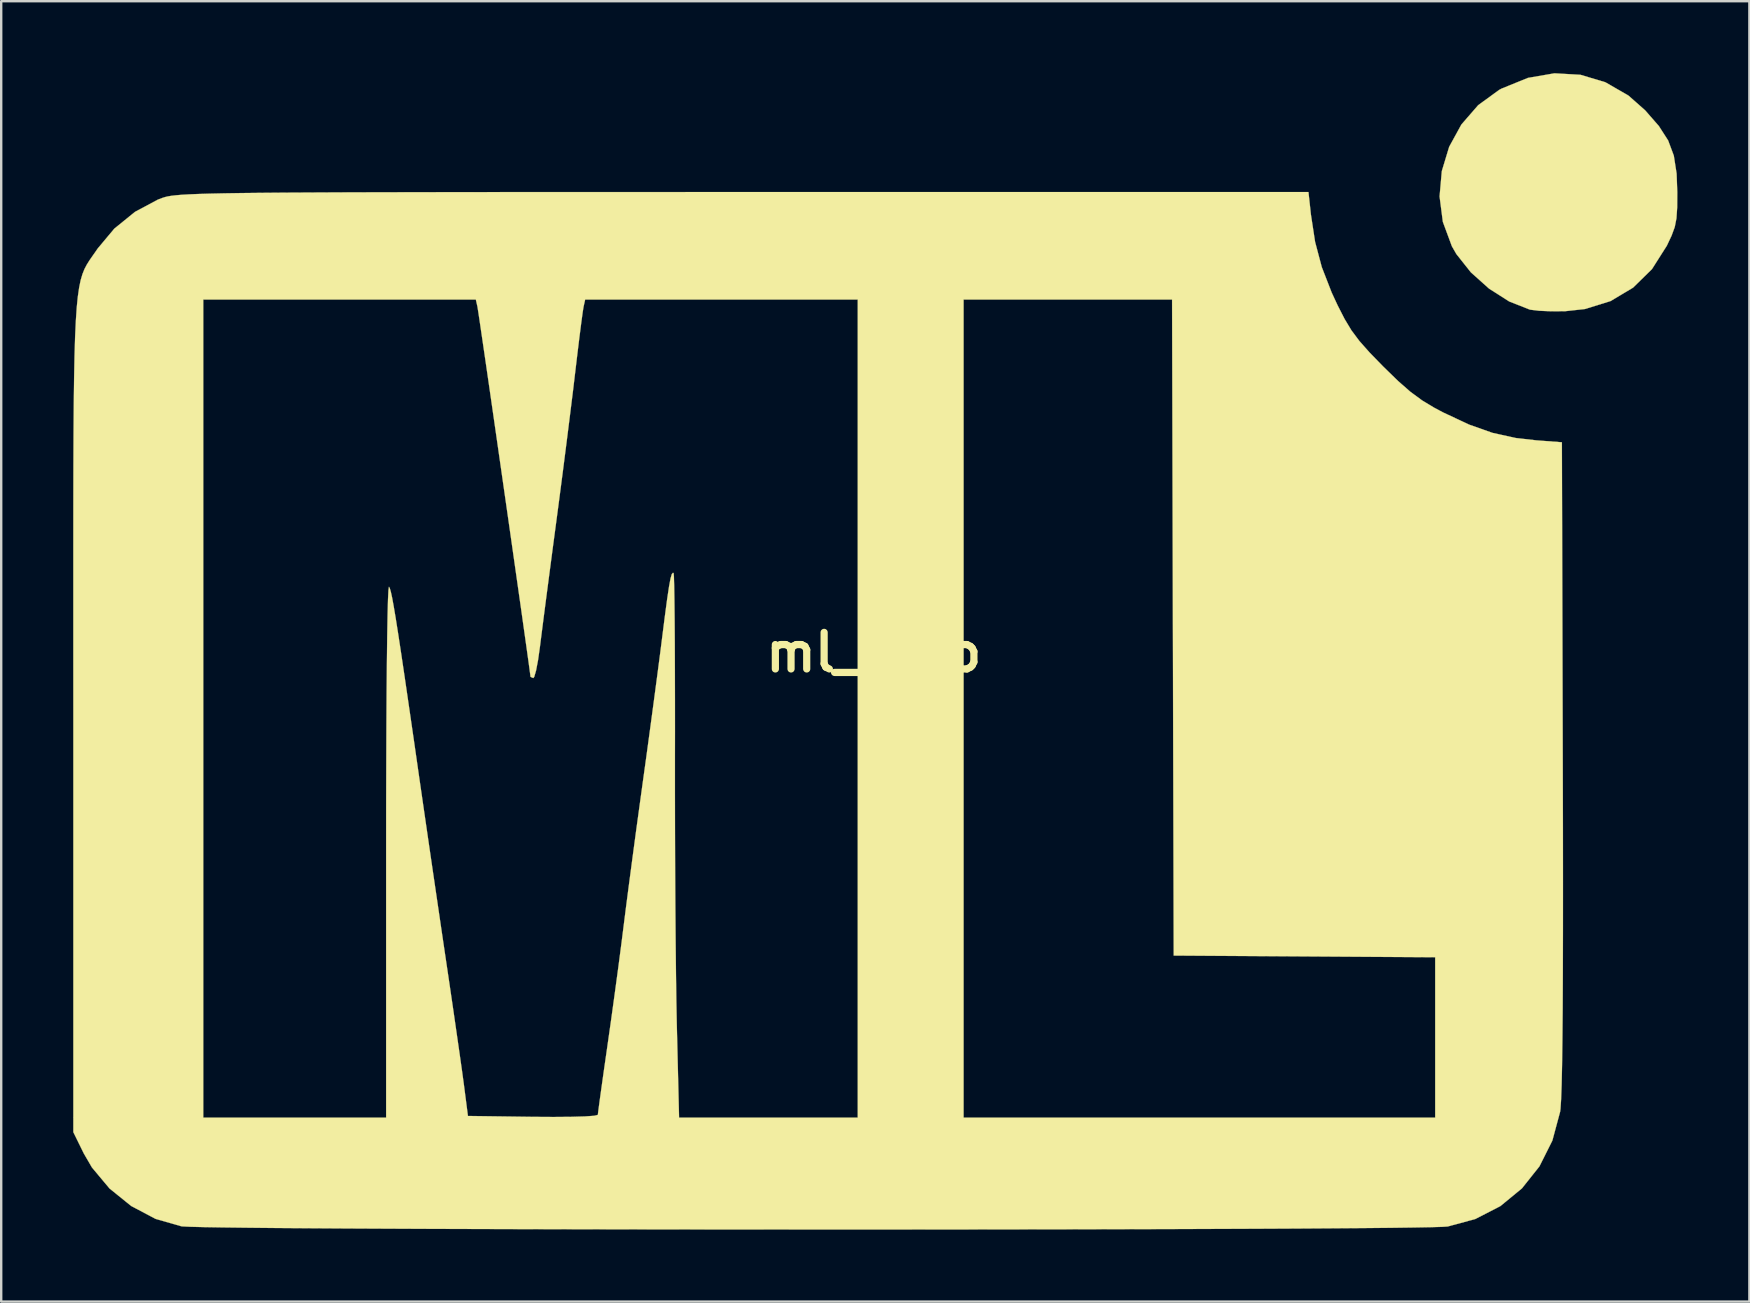
<source format=kicad_pcb>
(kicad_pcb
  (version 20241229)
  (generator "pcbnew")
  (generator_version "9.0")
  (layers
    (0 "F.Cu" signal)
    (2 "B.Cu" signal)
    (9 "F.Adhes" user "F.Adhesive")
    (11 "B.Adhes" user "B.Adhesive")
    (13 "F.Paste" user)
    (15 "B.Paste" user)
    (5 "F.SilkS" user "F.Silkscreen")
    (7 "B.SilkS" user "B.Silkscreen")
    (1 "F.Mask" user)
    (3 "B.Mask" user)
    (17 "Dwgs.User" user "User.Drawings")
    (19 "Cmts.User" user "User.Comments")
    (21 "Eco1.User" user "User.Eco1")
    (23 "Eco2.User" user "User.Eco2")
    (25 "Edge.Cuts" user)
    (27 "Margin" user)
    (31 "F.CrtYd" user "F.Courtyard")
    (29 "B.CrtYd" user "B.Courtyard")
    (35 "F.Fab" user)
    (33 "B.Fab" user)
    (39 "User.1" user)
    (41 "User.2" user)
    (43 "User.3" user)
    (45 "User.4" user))
  (footprint "ml_logo"
    (layer "F.Cu")
    (at 33.36 24.136)
    (property "Reference" "ml_logo" (at 0 0 0) (layer "F.SilkS") (effects (font (size 1.524 1.524) (thickness 0.3))))
    (attr through_hole)
    (fp_poly (pts (xy 29.45 -24.069) (xy 30.487 -23.758) (xy 31.449 -23.203) (xy 32.144 -22.589) (xy 32.715 -21.935) (xy 33.103 -21.332) (xy 33.339 -20.699) (xy 33.455 -19.954) (xy 33.483 -19.181) (xy 33.479 -18.545) (xy 33.449 -18.09) (xy 33.378 -17.727) (xy 33.247 -17.37) (xy 33.049 -16.949) (xy 32.429 -15.973) (xy 31.641 -15.2) (xy 30.703 -14.64) (xy 29.636 -14.309) (xy 28.809 -14.218) (xy 28.241 -14.214) (xy 27.727 -14.236) (xy 27.365 -14.28) (xy 27.33 -14.288) (xy 26.48 -14.623) (xy 25.639 -15.159) (xy 24.881 -15.838) (xy 24.277 -16.6) (xy 24.091 -16.924) (xy 23.714 -17.942) (xy 23.578 -18.999) (xy 23.671 -20.056) (xy 23.978 -21.07) (xy 24.488 -21.999) (xy 25.186 -22.803) (xy 26.06 -23.439) (xy 26.159 -23.493) (xy 27.259 -23.94) (xy 28.365 -24.131) (xy 29.45 -24.069)) (stroke (width 0.01) (type solid)) (fill yes) (layer "F.SilkS"))
    (fp_poly (pts (xy 18.216 -18.248) (xy 18.391 -17.104) (xy 18.669 -16.056) (xy 19.084 -14.989) (xy 19.331 -14.458) (xy 19.622 -13.89) (xy 19.905 -13.42) (xy 20.233 -12.981) (xy 20.656 -12.502) (xy 21.228 -11.914) (xy 21.232 -11.91) (xy 21.848 -11.31) (xy 22.363 -10.859) (xy 22.845 -10.504) (xy 23.366 -10.19) (xy 23.729 -9.998) (xy 24.805 -9.494) (xy 25.78 -9.149) (xy 26.747 -8.935) (xy 27.606 -8.837) (xy 28.675 -8.756) (xy 28.712 4.746) (xy 28.718 7.279) (xy 28.72 9.551) (xy 28.719 11.567) (xy 28.715 13.334) (xy 28.708 14.856) (xy 28.696 16.141) (xy 28.682 17.193) (xy 28.664 18.019) (xy 28.642 18.624) (xy 28.617 19.015) (xy 28.602 19.137) (xy 28.278 20.342) (xy 27.74 21.416) (xy 27.01 22.334) (xy 26.111 23.073) (xy 25.065 23.612) (xy 23.918 23.922) (xy 23.691 23.937) (xy 23.212 23.951) (xy 22.499 23.964) (xy 21.566 23.977) (xy 20.43 23.988) (xy 19.107 23.998) (xy 17.613 24.008) (xy 15.963 24.016) (xy 14.175 24.023) (xy 12.264 24.03) (xy 10.245 24.035) (xy 8.136 24.04) (xy 5.952 24.043) (xy 3.709 24.046) (xy 1.422 24.048) (xy -0.891 24.048) (xy -3.214 24.048) (xy -5.533 24.047) (xy -7.831 24.045) (xy -10.091 24.042) (xy -12.298 24.038) (xy -14.436 24.033) (xy -16.488 24.027) (xy -18.44 24.021) (xy -20.274 24.013) (xy -21.974 24.005) (xy -23.526 23.995) (xy -24.911 23.985) (xy -26.116 23.973) (xy -27.123 23.961) (xy -27.916 23.948) (xy -28.48 23.934) (xy -28.799 23.919) (xy -28.851 23.914) (xy -29.929 23.605) (xy -30.944 23.068) (xy -31.844 22.341) (xy -32.578 21.464) (xy -32.917 20.881) (xy -33.354 19.991) (xy -33.354 2.743) (xy -33.355 0.185) (xy -33.355 -2.121) (xy -33.355 -4.187) (xy -33.354 -6.029) (xy -33.351 -7.66) (xy -33.345 -9.095) (xy -33.336 -10.347) (xy -33.322 -11.432) (xy -33.304 -12.362) (xy -33.28 -13.153) (xy -33.249 -13.819) (xy -33.212 -14.373) (xy -33.179 -14.705) (xy -27.94 -14.705) (xy -27.94 19.384) (xy -20.32 19.384) (xy -20.32 8.262) (xy -20.319 6.38) (xy -20.314 4.633) (xy -20.308 3.036) (xy -20.299 1.603) (xy -20.287 0.349) (xy -20.274 -0.712) (xy -20.259 -1.565) (xy -20.242 -2.196) (xy -20.223 -2.591) (xy -20.203 -2.734) (xy -20.2 -2.734) (xy -20.165 -2.667) (xy -20.123 -2.521) (xy -20.07 -2.278) (xy -20.004 -1.918) (xy -19.921 -1.424) (xy -19.819 -0.777) (xy -19.694 0.043) (xy -19.544 1.052) (xy -19.366 2.271) (xy -19.156 3.717) (xy -18.913 5.41) (xy -18.912 5.414) (xy -18.764 6.437) (xy -18.588 7.648) (xy -18.395 8.972) (xy -18.195 10.332) (xy -18.001 11.652) (xy -17.846 12.7) (xy -17.685 13.786) (xy -17.529 14.85) (xy -17.385 15.847) (xy -17.258 16.729) (xy -17.156 17.451) (xy -17.086 17.965) (xy -17.075 18.047) (xy -16.911 19.317) (xy -14.204 19.354) (xy -13.345 19.359) (xy -12.61 19.353) (xy -12.034 19.336) (xy -11.652 19.309) (xy -11.498 19.273) (xy -11.497 19.269) (xy -11.478 19.106) (xy -11.427 18.72) (xy -11.348 18.15) (xy -11.248 17.438) (xy -11.131 16.625) (xy -11.093 16.359) (xy -10.947 15.333) (xy -10.793 14.217) (xy -10.642 13.103) (xy -10.509 12.084) (xy -10.418 11.363) (xy -10.323 10.61) (xy -10.199 9.657) (xy -10.055 8.571) (xy -9.9 7.415) (xy -9.741 6.257) (xy -9.625 5.414) (xy -9.47 4.297) (xy -9.312 3.133) (xy -9.158 1.988) (xy -9.017 0.928) (xy -8.898 0.017) (xy -8.828 -0.535) (xy -8.706 -1.499) (xy -8.609 -2.226) (xy -8.531 -2.744) (xy -8.469 -3.08) (xy -8.416 -3.262) (xy -8.368 -3.318) (xy -8.34 -3.305) (xy -8.328 -3.162) (xy -8.317 -2.776) (xy -8.307 -2.171) (xy -8.298 -1.371) (xy -8.291 -0.401) (xy -8.287 0.717) (xy -8.284 1.957) (xy -8.283 3.296) (xy -8.285 4.297) (xy -8.285 5.844) (xy -8.282 7.432) (xy -8.277 9.018) (xy -8.268 10.561) (xy -8.256 12.016) (xy -8.242 13.342) (xy -8.227 14.495) (xy -8.209 15.433) (xy -8.205 15.608) (xy -8.113 19.384) (xy -0.668 19.384) (xy -0.668 -14.705) (xy 3.743 -14.705) (xy 3.743 19.384) (xy 23.395 19.384) (xy 23.395 12.703) (xy 17.947 12.668) (xy 12.499 12.633) (xy 12.465 -1.036) (xy 12.431 -14.705) (xy 3.743 -14.705) (xy -0.668 -14.705) (xy -12.026 -14.705) (xy -12.093 -14.404) (xy -12.129 -14.178) (xy -12.189 -13.735) (xy -12.267 -13.124) (xy -12.356 -12.395) (xy -12.439 -11.697) (xy -12.534 -10.896) (xy -12.658 -9.895) (xy -12.8 -8.763) (xy -12.953 -7.565) (xy -13.109 -6.367) (xy -13.235 -5.414) (xy -13.377 -4.348) (xy -13.515 -3.298) (xy -13.644 -2.315) (xy -13.757 -1.446) (xy -13.847 -0.741) (xy -13.909 -0.25) (xy -13.911 -0.234) (xy -13.989 0.318) (xy -14.072 0.755) (xy -14.148 1.018) (xy -14.187 1.069) (xy -14.303 1.019) (xy -14.304 1.011) (xy -14.323 0.859) (xy -14.375 0.471) (xy -14.458 -0.124) (xy -14.567 -0.898) (xy -14.697 -1.821) (xy -14.846 -2.865) (xy -15.008 -4.001) (xy -15.179 -5.201) (xy -15.356 -6.436) (xy -15.534 -7.677) (xy -15.709 -8.895) (xy -15.877 -10.061) (xy -16.034 -11.148) (xy -16.176 -12.126) (xy -16.299 -12.966) (xy -16.398 -13.64) (xy -16.469 -14.118) (xy -16.509 -14.373) (xy -16.514 -14.404) (xy -16.582 -14.705) (xy -27.94 -14.705) (xy -33.179 -14.705) (xy -33.166 -14.83) (xy -33.112 -15.204) (xy -33.049 -15.51) (xy -32.975 -15.761) (xy -32.891 -15.972) (xy -32.795 -16.156) (xy -32.687 -16.329) (xy -32.566 -16.504) (xy -32.432 -16.695) (xy -32.341 -16.828) (xy -31.647 -17.658) (xy -30.784 -18.358) (xy -29.833 -18.867) (xy -29.632 -18.943) (xy -29.536 -18.973) (xy -29.42 -19.001) (xy -29.273 -19.026) (xy -29.082 -19.048) (xy -28.836 -19.069) (xy -28.523 -19.087) (xy -28.13 -19.103) (xy -27.646 -19.117) (xy -27.058 -19.13) (xy -26.356 -19.141) (xy -25.526 -19.15) (xy -24.557 -19.158) (xy -23.437 -19.164) (xy -22.154 -19.17) (xy -20.696 -19.174) (xy -19.052 -19.177) (xy -17.208 -19.18) (xy -15.154 -19.182) (xy -12.876 -19.183) (xy -10.365 -19.183) (xy -7.606 -19.184) (xy -5.414 -19.184) (xy 18.114 -19.184) (xy 18.216 -18.248)) (stroke (width 0.01) (type solid)) (fill yes) (layer "F.SilkS")))
  (gr_rect
    (start -3 -3)
    (end 69.848 51.189)
    (stroke (width 0.1) (type default))
    (fill no)
    (layer "Edge.Cuts")))
</source>
